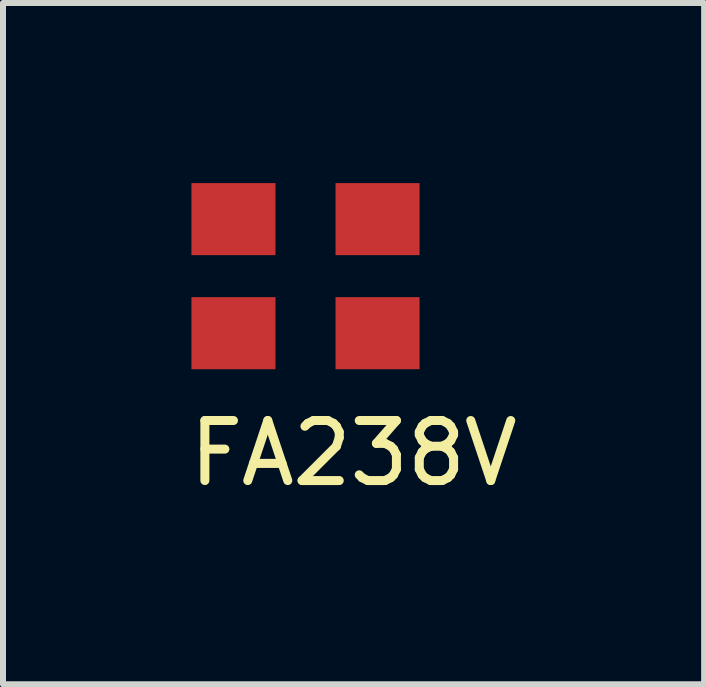
<source format=kicad_pcb>
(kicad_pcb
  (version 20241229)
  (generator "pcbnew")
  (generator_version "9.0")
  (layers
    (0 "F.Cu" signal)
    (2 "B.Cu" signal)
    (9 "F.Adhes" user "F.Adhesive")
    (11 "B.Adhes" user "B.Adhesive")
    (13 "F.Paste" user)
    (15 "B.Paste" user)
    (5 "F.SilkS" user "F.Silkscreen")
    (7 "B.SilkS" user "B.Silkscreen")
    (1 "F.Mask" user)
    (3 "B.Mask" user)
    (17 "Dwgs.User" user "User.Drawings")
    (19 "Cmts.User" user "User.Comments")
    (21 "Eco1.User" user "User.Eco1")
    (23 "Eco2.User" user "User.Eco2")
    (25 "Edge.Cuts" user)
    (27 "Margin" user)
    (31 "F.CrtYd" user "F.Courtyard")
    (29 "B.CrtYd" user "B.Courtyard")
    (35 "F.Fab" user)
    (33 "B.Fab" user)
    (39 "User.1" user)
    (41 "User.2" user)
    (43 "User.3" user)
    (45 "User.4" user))
  (footprint "FA238V"
    (layer "F.Cu")
    (at 0.839 2.5)
    (property "Reference" "FA238V" (at 2 2 0) (layer "F.SilkS") (effects (font (size 1 1) (thickness 0.15))))
    (attr through_hole)
    (pad "1" smd rect (at 0 0) (size 1.4 1.2) (layers "F.Cu" "F.Mask" "F.Paste"))
    (pad "2" smd rect (at 2.4 -1.9) (size 1.4 1.2) (layers "F.Cu" "F.Mask" "F.Paste"))
    (pad "3" smd rect (at 0 -1.9) (size 1.4 1.2) (layers "F.Cu" "F.Mask" "F.Paste"))
    (pad "3" smd rect (at 2.4 0) (size 1.4 1.2) (layers "F.Cu" "F.Mask" "F.Paste")))
  (gr_rect
    (start -3 -3)
    (end 8.679 8.348)
    (stroke (width 0.1) (type default))
    (fill no)
    (layer "Edge.Cuts")))
</source>
